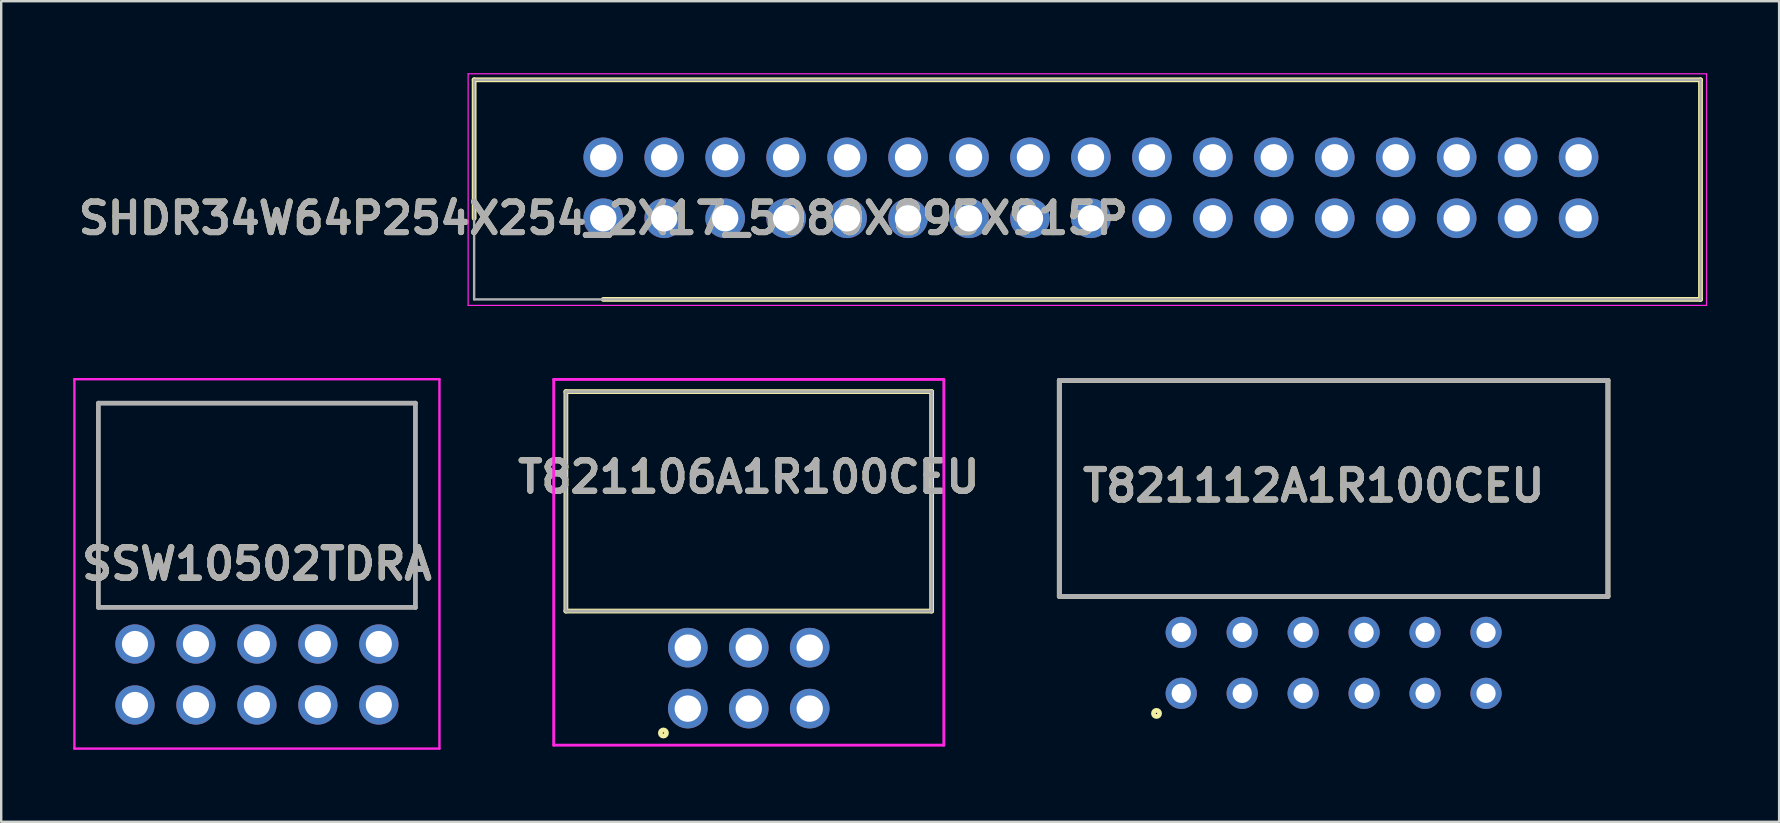
<source format=kicad_pcb>
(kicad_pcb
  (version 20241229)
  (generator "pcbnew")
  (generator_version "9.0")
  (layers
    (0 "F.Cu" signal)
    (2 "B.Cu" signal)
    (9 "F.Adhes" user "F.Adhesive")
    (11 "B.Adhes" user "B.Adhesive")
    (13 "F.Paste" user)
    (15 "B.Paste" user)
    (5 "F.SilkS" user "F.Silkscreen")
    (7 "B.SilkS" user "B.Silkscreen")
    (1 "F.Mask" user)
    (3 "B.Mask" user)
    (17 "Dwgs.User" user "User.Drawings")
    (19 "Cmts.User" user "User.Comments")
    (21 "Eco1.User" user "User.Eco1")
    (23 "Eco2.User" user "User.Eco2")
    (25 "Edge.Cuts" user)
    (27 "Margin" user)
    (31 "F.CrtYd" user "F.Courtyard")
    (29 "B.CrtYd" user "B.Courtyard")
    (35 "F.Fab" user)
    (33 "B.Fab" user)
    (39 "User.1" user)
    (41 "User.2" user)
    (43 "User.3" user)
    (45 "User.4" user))
  (footprint "T821106A1R100CEU"
    (layer "F.Cu")
    (at 25.609 26.476)
    (property "Reference" "T821106A1R100CEU" (at 2.54 -9.652 0) (layer "F.SilkS") (effects (font (size 1.27 1.27) (thickness 0.254))))
    (attr through_hole)
    (fp_line (start -5.08 -13.208) (end -5.08 -4.064) (stroke (width 0.2) (type solid)) (layer "F.SilkS"))
    (fp_line (start -5.08 -4.064) (end 10.16 -4.064) (stroke (width 0.2) (type solid)) (layer "F.SilkS"))
    (fp_line (start 10.16 -13.208) (end -5.08 -13.208) (stroke (width 0.2) (type solid)) (layer "F.SilkS"))
    (fp_line (start 10.16 -4.064) (end 10.16 -13.208) (stroke (width 0.2) (type solid)) (layer "F.SilkS"))
    (fp_circle (center -1.016 1.016) (end -1.016 1.143) (stroke (width 0.2) (type solid)) (fill no) (layer "F.SilkS"))
    (fp_line (start -5.588 -13.716) (end -5.588 1.524) (stroke (width 0.12) (type solid)) (layer "F.CrtYd"))
    (fp_line (start -5.588 1.524) (end 10.668 1.524) (stroke (width 0.12) (type solid)) (layer "F.CrtYd"))
    (fp_line (start 10.668 -13.716) (end -5.588 -13.716) (stroke (width 0.12) (type solid)) (layer "F.CrtYd"))
    (fp_line (start 10.668 1.524) (end 10.668 -13.716) (stroke (width 0.12) (type solid)) (layer "F.CrtYd"))
    (fp_line (start -5.08 -13.208) (end -5.08 -4.064) (stroke (width 0.12) (type solid)) (layer "F.Fab"))
    (fp_line (start -5.08 -4.064) (end 10.16 -4.064) (stroke (width 0.12) (type solid)) (layer "F.Fab"))
    (fp_line (start 10.16 -13.208) (end -5.08 -13.208) (stroke (width 0.12) (type solid)) (layer "F.Fab"))
    (fp_line (start 10.16 -4.064) (end 10.16 -13.208) (stroke (width 0.12) (type solid)) (layer "F.Fab"))
    (fp_text user "${REFERENCE}" (at 2.54 -9.652 0) (layer "F.Fab") (effects (font (size 1.27 1.27) (thickness 0.254))))
    (pad "1" thru_hole circle (at 0 0) (size 1.65 1.65) (drill 1.1) (layers "*.Cu" "*.Mask"))
    (pad "2" thru_hole circle (at 0 -2.54) (size 1.65 1.65) (drill 1.1) (layers "*.Cu" "*.Mask"))
    (pad "3" thru_hole circle (at 2.54 0) (size 1.65 1.65) (drill 1.1) (layers "*.Cu" "*.Mask"))
    (pad "4" thru_hole circle (at 2.54 -2.54) (size 1.65 1.65) (drill 1.1) (layers "*.Cu" "*.Mask"))
    (pad "5" thru_hole circle (at 5.08 0) (size 1.65 1.65) (drill 1.1) (layers "*.Cu" "*.Mask"))
    (pad "6" thru_hole circle (at 5.08 -2.54) (size 1.65 1.65) (drill 1.1) (layers "*.Cu" "*.Mask")))
  (footprint "T821112A1R100CEU"
    (layer "F.Cu")
    (at 52.519 21.8)
    (property "Reference" "T821112A1R100CEU" (at -0.832 -4.612 0) (layer "F.SilkS") (effects (font (size 1.27 1.27) (thickness 0.254))))
    (attr through_hole)
    (fp_line (start -11.43 -9) (end 11.43 -9) (stroke (width 0.2) (type solid)) (layer "F.SilkS"))
    (fp_line (start -11.43 0) (end -11.43 -9) (stroke (width 0.2) (type solid)) (layer "F.SilkS"))
    (fp_line (start 11.43 -9) (end 11.43 0) (stroke (width 0.2) (type solid)) (layer "F.SilkS"))
    (fp_line (start 11.43 0) (end -11.43 0) (stroke (width 0.2) (type solid)) (layer "F.SilkS"))
    (fp_circle (center -7.38 4.876) (end -7.38 5.003) (stroke (width 0.2) (type solid)) (fill no) (layer "F.SilkS"))
    (fp_line (start -11.43 -9) (end 11.43 -9) (stroke (width 0.2) (type solid)) (layer "F.Fab"))
    (fp_line (start -11.43 0) (end -11.43 -9) (stroke (width 0.2) (type solid)) (layer "F.Fab"))
    (fp_line (start 11.43 -9) (end 11.43 0) (stroke (width 0.2) (type solid)) (layer "F.Fab"))
    (fp_line (start 11.43 0) (end -11.43 0) (stroke (width 0.2) (type solid)) (layer "F.Fab"))
    (fp_text user "${REFERENCE}" (at -0.832 -4.612 0) (layer "F.Fab") (effects (font (size 1.27 1.27) (thickness 0.254))))
    (pad "1" thru_hole circle (at -6.35 4.04) (size 1.3 1.3) (drill 0.8) (layers "*.Cu" "*.Mask"))
    (pad "2" thru_hole circle (at -6.35 1.5) (size 1.3 1.3) (drill 0.8) (layers "*.Cu" "*.Mask"))
    (pad "3" thru_hole circle (at -3.81 4.04) (size 1.3 1.3) (drill 0.8) (layers "*.Cu" "*.Mask"))
    (pad "4" thru_hole circle (at -3.81 1.5) (size 1.3 1.3) (drill 0.8) (layers "*.Cu" "*.Mask"))
    (pad "5" thru_hole circle (at -1.27 4.04) (size 1.3 1.3) (drill 0.8) (layers "*.Cu" "*.Mask"))
    (pad "6" thru_hole circle (at -1.27 1.5) (size 1.3 1.3) (drill 0.8) (layers "*.Cu" "*.Mask"))
    (pad "7" thru_hole circle (at 1.27 4.04) (size 1.3 1.3) (drill 0.8) (layers "*.Cu" "*.Mask"))
    (pad "8" thru_hole circle (at 1.27 1.5) (size 1.3 1.3) (drill 0.8) (layers "*.Cu" "*.Mask"))
    (pad "9" thru_hole circle (at 3.81 4.04) (size 1.3 1.3) (drill 0.8) (layers "*.Cu" "*.Mask"))
    (pad "10" thru_hole circle (at 3.81 1.5) (size 1.3 1.3) (drill 0.8) (layers "*.Cu" "*.Mask"))
    (pad "11" thru_hole circle (at 6.35 4.04) (size 1.3 1.3) (drill 0.8) (layers "*.Cu" "*.Mask"))
    (pad "12" thru_hole circle (at 6.35 1.5) (size 1.3 1.3) (drill 0.8) (layers "*.Cu" "*.Mask")))
  (footprint "SSW10502TDRA"
    (layer "F.Cu")
    (at 12.735 26.324)
    (property "Reference" "SSW10502TDRA" (at -5.08 -5.878 0) (layer "F.SilkS") (effects (font (size 1.27 1.27) (thickness 0.254))))
    (attr through_hole)
    (fp_line (start -11.685 -12.574) (end 1.525 -12.574) (stroke (width 0.1) (type solid)) (layer "F.SilkS"))
    (fp_line (start -11.685 -4.064) (end -11.685 -12.574) (stroke (width 0.1) (type solid)) (layer "F.SilkS"))
    (fp_line (start 1.525 -12.574) (end 1.525 -4.064) (stroke (width 0.1) (type solid)) (layer "F.SilkS"))
    (fp_line (start 1.525 -4.064) (end -11.685 -4.064) (stroke (width 0.1) (type solid)) (layer "F.SilkS"))
    (fp_line (start -12.685 -13.574) (end 2.525 -13.574) (stroke (width 0.1) (type solid)) (layer "F.CrtYd"))
    (fp_line (start -12.685 1.817) (end -12.685 -13.574) (stroke (width 0.1) (type solid)) (layer "F.CrtYd"))
    (fp_line (start 2.525 -13.574) (end 2.525 1.817) (stroke (width 0.1) (type solid)) (layer "F.CrtYd"))
    (fp_line (start 2.525 1.817) (end -12.685 1.817) (stroke (width 0.1) (type solid)) (layer "F.CrtYd"))
    (fp_line (start -11.685 -12.574) (end 1.525 -12.574) (stroke (width 0.2) (type solid)) (layer "F.Fab"))
    (fp_line (start -11.685 -4.064) (end -11.685 -12.574) (stroke (width 0.2) (type solid)) (layer "F.Fab"))
    (fp_line (start 1.525 -12.574) (end 1.525 -4.064) (stroke (width 0.2) (type solid)) (layer "F.Fab"))
    (fp_line (start 1.525 -4.064) (end -11.685 -4.064) (stroke (width 0.2) (type solid)) (layer "F.Fab"))
    (fp_text user "${REFERENCE}" (at -5.08 -5.878 0) (layer "F.Fab") (effects (font (size 1.27 1.27) (thickness 0.254))))
    (pad "1" thru_hole circle (at 0 0) (size 1.635 1.635) (drill 1.09) (layers "*.Cu" "*.Mask"))
    (pad "2" thru_hole circle (at 0 -2.54) (size 1.635 1.635) (drill 1.09) (layers "*.Cu" "*.Mask"))
    (pad "3" thru_hole circle (at -2.54 0) (size 1.635 1.635) (drill 1.09) (layers "*.Cu" "*.Mask"))
    (pad "4" thru_hole circle (at -2.54 -2.54) (size 1.635 1.635) (drill 1.09) (layers "*.Cu" "*.Mask"))
    (pad "5" thru_hole circle (at -5.08 0) (size 1.635 1.635) (drill 1.09) (layers "*.Cu" "*.Mask"))
    (pad "6" thru_hole circle (at -5.08 -2.54) (size 1.635 1.635) (drill 1.09) (layers "*.Cu" "*.Mask"))
    (pad "7" thru_hole circle (at -7.62 0) (size 1.635 1.635) (drill 1.09) (layers "*.Cu" "*.Mask"))
    (pad "8" thru_hole circle (at -7.62 -2.54) (size 1.635 1.635) (drill 1.09) (layers "*.Cu" "*.Mask"))
    (pad "9" thru_hole circle (at -10.16 0) (size 1.635 1.635) (drill 1.09) (layers "*.Cu" "*.Mask"))
    (pad "10" thru_hole circle (at -10.16 -2.54) (size 1.635 1.635) (drill 1.09) (layers "*.Cu" "*.Mask")))
  (footprint "SHDR34W64P254X254_2X17_5080X895X915P"
    (layer "F.Cu")
    (at 22.086 6.045)
    (property "Reference" "SHDR34W64P254X254_2X17_5080X895X915P" (at 0 0 0) (layer "F.SilkS") (effects (font (size 1.27 1.27) (thickness 0.254))))
    (attr through_hole)
    (fp_line (start -5.38 -5.77) (end -5.38 0) (stroke (width 0.2) (type solid)) (layer "F.SilkS"))
    (fp_line (start 0 3.38) (end 45.72 3.38) (stroke (width 0.2) (type solid)) (layer "F.SilkS"))
    (fp_line (start 45.72 -5.77) (end -5.38 -5.77) (stroke (width 0.2) (type solid)) (layer "F.SilkS"))
    (fp_line (start 45.72 3.38) (end 45.72 -5.77) (stroke (width 0.2) (type solid)) (layer "F.SilkS"))
    (fp_line (start -5.63 -6.02) (end 45.97 -6.02) (stroke (width 0.05) (type solid)) (layer "F.CrtYd"))
    (fp_line (start -5.63 3.63) (end -5.63 -6.02) (stroke (width 0.05) (type solid)) (layer "F.CrtYd"))
    (fp_line (start 45.97 -6.02) (end 45.97 3.63) (stroke (width 0.05) (type solid)) (layer "F.CrtYd"))
    (fp_line (start 45.97 3.63) (end -5.63 3.63) (stroke (width 0.05) (type solid)) (layer "F.CrtYd"))
    (fp_line (start -5.38 -5.77) (end 45.72 -5.77) (stroke (width 0.1) (type solid)) (layer "F.Fab"))
    (fp_line (start -5.38 3.38) (end -5.38 -5.77) (stroke (width 0.1) (type solid)) (layer "F.Fab"))
    (fp_line (start 45.72 -5.77) (end 45.72 3.38) (stroke (width 0.1) (type solid)) (layer "F.Fab"))
    (fp_line (start 45.72 3.38) (end -5.38 3.38) (stroke (width 0.1) (type solid)) (layer "F.Fab"))
    (fp_text user "${REFERENCE}" (at 0 0 0) (layer "F.Fab") (effects (font (size 1.27 1.27) (thickness 0.254))))
    (pad "1" thru_hole circle (at 0 0) (size 1.65 1.65) (drill 1.1) (layers "*.Cu" "*.Mask"))
    (pad "2" thru_hole circle (at 0 -2.54) (size 1.65 1.65) (drill 1.1) (layers "*.Cu" "*.Mask"))
    (pad "3" thru_hole circle (at 2.54 0) (size 1.65 1.65) (drill 1.1) (layers "*.Cu" "*.Mask"))
    (pad "4" thru_hole circle (at 2.54 -2.54) (size 1.65 1.65) (drill 1.1) (layers "*.Cu" "*.Mask"))
    (pad "5" thru_hole circle (at 5.08 0) (size 1.65 1.65) (drill 1.1) (layers "*.Cu" "*.Mask"))
    (pad "6" thru_hole circle (at 5.08 -2.54) (size 1.65 1.65) (drill 1.1) (layers "*.Cu" "*.Mask"))
    (pad "7" thru_hole circle (at 7.62 0) (size 1.65 1.65) (drill 1.1) (layers "*.Cu" "*.Mask"))
    (pad "8" thru_hole circle (at 7.62 -2.54) (size 1.65 1.65) (drill 1.1) (layers "*.Cu" "*.Mask"))
    (pad "9" thru_hole circle (at 10.16 0) (size 1.65 1.65) (drill 1.1) (layers "*.Cu" "*.Mask"))
    (pad "10" thru_hole circle (at 10.16 -2.54) (size 1.65 1.65) (drill 1.1) (layers "*.Cu" "*.Mask"))
    (pad "11" thru_hole circle (at 12.7 0) (size 1.65 1.65) (drill 1.1) (layers "*.Cu" "*.Mask"))
    (pad "12" thru_hole circle (at 12.7 -2.54) (size 1.65 1.65) (drill 1.1) (layers "*.Cu" "*.Mask"))
    (pad "13" thru_hole circle (at 15.24 0) (size 1.65 1.65) (drill 1.1) (layers "*.Cu" "*.Mask"))
    (pad "14" thru_hole circle (at 15.24 -2.54) (size 1.65 1.65) (drill 1.1) (layers "*.Cu" "*.Mask"))
    (pad "15" thru_hole circle (at 17.78 0) (size 1.65 1.65) (drill 1.1) (layers "*.Cu" "*.Mask"))
    (pad "16" thru_hole circle (at 17.78 -2.54) (size 1.65 1.65) (drill 1.1) (layers "*.Cu" "*.Mask"))
    (pad "17" thru_hole circle (at 20.32 0) (size 1.65 1.65) (drill 1.1) (layers "*.Cu" "*.Mask"))
    (pad "18" thru_hole circle (at 20.32 -2.54) (size 1.65 1.65) (drill 1.1) (layers "*.Cu" "*.Mask"))
    (pad "19" thru_hole circle (at 22.86 0) (size 1.65 1.65) (drill 1.1) (layers "*.Cu" "*.Mask"))
    (pad "20" thru_hole circle (at 22.86 -2.54) (size 1.65 1.65) (drill 1.1) (layers "*.Cu" "*.Mask"))
    (pad "21" thru_hole circle (at 25.4 0) (size 1.65 1.65) (drill 1.1) (layers "*.Cu" "*.Mask"))
    (pad "22" thru_hole circle (at 25.4 -2.54) (size 1.65 1.65) (drill 1.1) (layers "*.Cu" "*.Mask"))
    (pad "23" thru_hole circle (at 27.94 0) (size 1.65 1.65) (drill 1.1) (layers "*.Cu" "*.Mask"))
    (pad "24" thru_hole circle (at 27.94 -2.54) (size 1.65 1.65) (drill 1.1) (layers "*.Cu" "*.Mask"))
    (pad "25" thru_hole circle (at 30.48 0) (size 1.65 1.65) (drill 1.1) (layers "*.Cu" "*.Mask"))
    (pad "26" thru_hole circle (at 30.48 -2.54) (size 1.65 1.65) (drill 1.1) (layers "*.Cu" "*.Mask"))
    (pad "27" thru_hole circle (at 33.02 0) (size 1.65 1.65) (drill 1.1) (layers "*.Cu" "*.Mask"))
    (pad "28" thru_hole circle (at 33.02 -2.54) (size 1.65 1.65) (drill 1.1) (layers "*.Cu" "*.Mask"))
    (pad "29" thru_hole circle (at 35.56 0) (size 1.65 1.65) (drill 1.1) (layers "*.Cu" "*.Mask"))
    (pad "30" thru_hole circle (at 35.56 -2.54) (size 1.65 1.65) (drill 1.1) (layers "*.Cu" "*.Mask"))
    (pad "31" thru_hole circle (at 38.1 0) (size 1.65 1.65) (drill 1.1) (layers "*.Cu" "*.Mask"))
    (pad "32" thru_hole circle (at 38.1 -2.54) (size 1.65 1.65) (drill 1.1) (layers "*.Cu" "*.Mask"))
    (pad "33" thru_hole circle (at 40.64 0) (size 1.65 1.65) (drill 1.1) (layers "*.Cu" "*.Mask"))
    (pad "34" thru_hole circle (at 40.64 -2.54) (size 1.65 1.65) (drill 1.1) (layers "*.Cu" "*.Mask")))
  (gr_rect
    (start -3 -3)
    (end 71.081 31.191)
    (stroke (width 0.1) (type default))
    (fill no)
    (layer "Edge.Cuts")))
</source>
